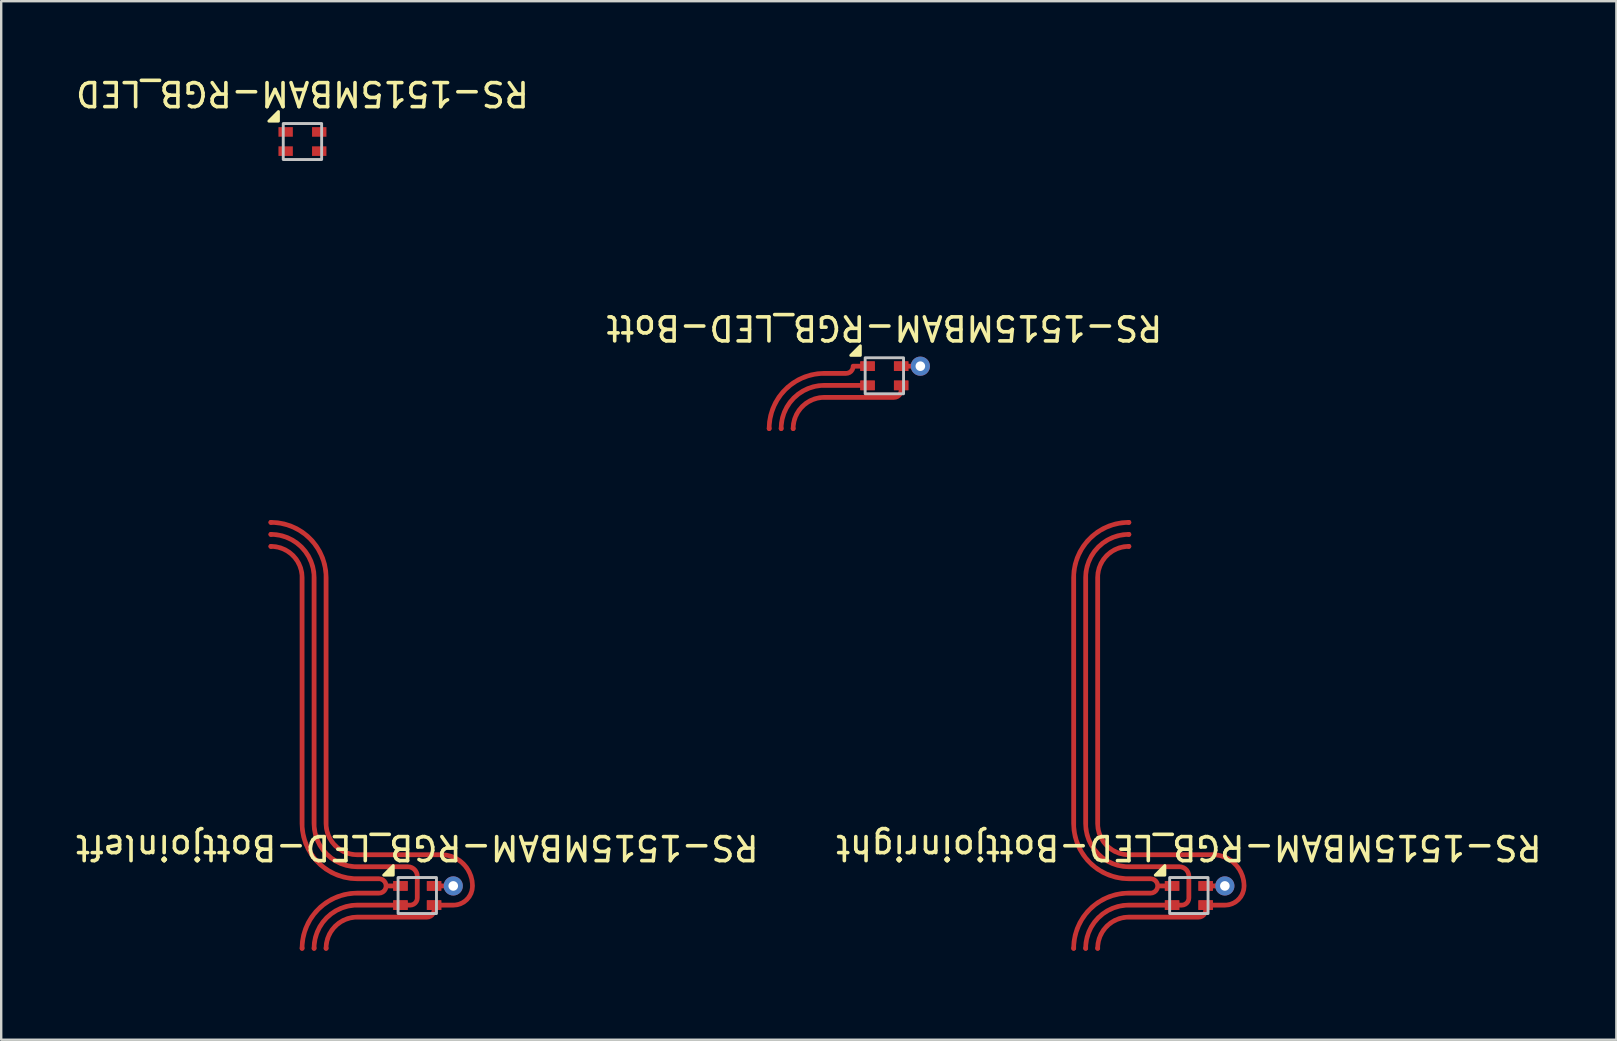
<source format=kicad_pcb>
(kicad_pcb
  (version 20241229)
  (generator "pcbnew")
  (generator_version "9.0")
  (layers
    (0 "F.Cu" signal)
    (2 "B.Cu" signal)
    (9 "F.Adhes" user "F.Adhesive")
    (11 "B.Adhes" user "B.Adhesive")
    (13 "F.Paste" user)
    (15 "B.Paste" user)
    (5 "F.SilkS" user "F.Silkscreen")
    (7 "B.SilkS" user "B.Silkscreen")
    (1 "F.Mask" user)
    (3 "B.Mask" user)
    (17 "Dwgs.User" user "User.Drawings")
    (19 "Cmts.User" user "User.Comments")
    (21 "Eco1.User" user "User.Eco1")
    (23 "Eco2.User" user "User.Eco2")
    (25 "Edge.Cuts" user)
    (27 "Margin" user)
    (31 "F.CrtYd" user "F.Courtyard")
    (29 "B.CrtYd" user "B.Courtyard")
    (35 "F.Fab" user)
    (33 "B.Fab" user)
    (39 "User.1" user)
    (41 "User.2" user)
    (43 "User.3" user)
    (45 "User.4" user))
  (footprint "RS-1515MBAM-RGB_LED-Bottjoinright"
    (layer "F.Cu")
    (at 46.494 34.27)
    (property "Reference" "RS-1515MBAM-RGB_LED-Bottjoinright" (at 0 -2 180) (unlocked yes) (layer "F.SilkS") (effects (font (size 1 1) (thickness 0.15))))
    (attr smd)
    (fp_poly (pts (xy -1 -0.85) (xy -1.4 -0.85) (xy -1 -1.25)) (stroke (width 0.12) (type solid)) (fill yes) (layer "F.SilkS"))
    (fp_rect (start -0.8 -0.75) (end 0.8 0.75) (stroke (width 0.12) (type solid)) (fill no) (layer "Dwgs.User"))
    (fp_line (start -2 -12.55) (end 2 -12.55) (stroke (width 0.12) (type solid)) (layer "User.4"))
    (fp_line (start -2 -11.05) (end 2 -11.05) (stroke (width 0.12) (type solid)) (layer "User.4"))
    (fp_line (start -2 1.45) (end 2 1.45) (stroke (width 0.12) (type solid)) (layer "User.4"))
    (fp_line (start -2 2.95) (end 2 2.95) (stroke (width 0.12) (type solid)) (layer "User.4"))
    (fp_arc (start -2 -11.05) (mid -2.75 -11.8) (end -2 -12.55) (stroke (width 0.12) (type solid)) (layer "User.4"))
    (fp_arc (start -2 2.95) (mid -2.75 2.2) (end -2 1.45) (stroke (width 0.12) (type solid)) (layer "User.4"))
    (fp_arc (start 2 -12.55) (mid 2.75 -11.8) (end 2 -11.05) (stroke (width 0.12) (type solid)) (layer "User.4"))
    (fp_arc (start 2 1.45) (mid 2.75 2.2) (end 2 2.95) (stroke (width 0.12) (type solid)) (layer "User.4"))
    (fp_circle (center 0 -4.8) (end 1.65 -4.8) (stroke (width 0.12) (type solid)) (fill no) (layer "User.4"))
    (pad "1" smd circle (at -4.8 2.2) (size 0.2 0.2) (layers "F.Cu"))
    (pad "1" smd circle (at -2.5 -15.55) (size 0.2 0.2) (layers "F.Cu"))
    (pad "1" smd rect (at -0.7 -0.4) (size 0.6 0.4) (layers "F.Cu" "F.Mask" "F.Paste"))
    (pad "1" smd custom (at -0.7 -0.4) (size 0.6 0.4) (layers "F.Cu") (options (anchor rect)) (primitives (gr_line (start 0 0) (end -0.6 0) (width 0.2)) (gr_arc (start -0.9 -0.3) (mid -0.6 0) (end -0.9 0.3) (width 0.2)) (gr_line (start -0.9 -0.3) (end -1.8 -0.3) (width 0.2)) (gr_arc (start -1.8 -0.3) (mid -3.424925 -0.972235) (end -4.099996 -2.595984) (width 0.2)) (gr_line (start -4.1 -2.6) (end -4.1 -12.85) (width 0.2)) (gr_line (start -0.9 0.3) (end -1.8 0.3) (width 0.2)) (gr_arc (start -4.1 2.6) (mid -3.426347 0.973655) (end -1.800002 0.3) (width 0.2)) (gr_arc (start -4.1 -12.850001) (mid -3.426346 -14.476346) (end -1.8 -15.150001) (width 0.2))))
    (pad "2" smd rect (at 0.7 -0.4) (size 0.6 0.4) (layers "F.Cu" "F.Mask" "F.Paste"))
    (pad "2" smd custom (at 0.7 -0.4) (size 0.6 0.4) (layers "F.Cu") (options (anchor rect)) (primitives (gr_line (start 0 0) (end 0.8 0) (width 0.2))))
    (pad "2" thru_hole circle (at 1.5 -0.4) (size 0.8 0.8) (drill 0.4) (layers "*.Cu"))
    (pad "3" smd circle (at -3.8 2.2) (size 0.2 0.2) (layers "F.Cu"))
    (pad "3" smd circle (at -2.5 -14.55) (size 0.2 0.2) (layers "F.Cu"))
    (pad "3" smd rect (at 0.7 0.4) (size 0.6 0.4) (layers "F.Cu" "F.Mask" "F.Paste"))
    (pad "3" smd custom (at 0.7 0.4) (size 0.6 0.4) (layers "F.Cu") (options (anchor rect)) (primitives (gr_line (start 0.8 0) (end 0 0) (width 0.2)) (gr_arc (start 1.6 -0.8) (mid 1.366178 -0.234808) (end 0.801394 -0.000001) (width 0.2)) (gr_arc (start 0.3 -2.1) (mid 1.219238 -1.71924) (end 1.6 -0.800002) (width 0.2)) (gr_line (start -3.2 -2.1) (end 0.3 -2.1) (width 0.2)) (gr_arc (start -3.2 -2.1) (mid -4.118436 -2.479958) (end -4.499998 -3.397729) (width 0.2)) (gr_line (start -4.5 -3.4) (end -4.5 -13.65) (width 0.2)) (gr_line (start 0 0.2) (end 0 0) (width 0.2)) (gr_arc (start 0 0.2) (mid -0.087868 0.412132) (end -0.3 0.5) (width 0.2)) (gr_line (start -0.3 0.5) (end -3.2 0.5) (width 0.2)) (gr_arc (start -4.5 1.8) (mid -4.11924 0.880762) (end -3.200002 0.5) (width 0.2)) (gr_arc (start -4.5 -13.650003) (mid -4.119239 -14.569241) (end -3.2 -14.950003) (width 0.2))))
    (pad "4" smd circle (at -4.3 2.2) (size 0.2 0.2) (layers "F.Cu"))
    (pad "4" smd circle (at -2.5 -15.05) (size 0.2 0.2) (layers "F.Cu"))
    (pad "4" smd rect (at -0.7 0.4) (size 0.6 0.4) (layers "F.Cu" "F.Mask" "F.Paste"))
    (pad "4" smd custom (at -0.7 0.4) (size 0.6 0.4) (layers "F.Cu") (options (anchor rect)) (primitives (gr_line (start 0 0) (end 0.4 0) (width 0.2)) (gr_arc (start 0.7 -0.3) (mid 0.612132 -0.087868) (end 0.4 0) (width 0.2)) (gr_line (start 0.7 -0.3) (end 0.7 -1.2) (width 0.2)) (gr_arc (start 0.3 -1.6) (mid 0.582842 -1.482844) (end 0.7 -1.200002) (width 0.2)) (gr_line (start 0.3 -1.6) (end -1.8 -1.6) (width 0.2)) (gr_arc (start -1.8 -1.6) (mid -3.071681 -2.126098) (end -3.599996 -3.396859) (width 0.2)) (gr_line (start -3.6 -3.4) (end -3.6 -13.65) (width 0.2)) (gr_line (start 0 0) (end -1.8 0) (width 0.2)) (gr_arc (start -3.6 1.8) (mid -3.073902 0.528319) (end -1.803141 0.000004) (width 0.2)) (gr_arc (start -3.6 -13.65) (mid -3.072332 -14.922332) (end -1.8 -15.45) (width 0.2)))))
  (footprint "RS-1515MBAM-RGB_LED-Bott"
    (layer "F.Cu")
    (at 33.804 12.61)
    (property "Reference" "RS-1515MBAM-RGB_LED-Bott" (at 0 -2 180) (unlocked yes) (layer "F.SilkS") (effects (font (size 1 1) (thickness 0.15))))
    (attr smd)
    (fp_poly (pts (xy -1 -0.85) (xy -1.4 -0.85) (xy -1 -1.25)) (stroke (width 0.12) (type solid)) (fill yes) (layer "F.SilkS"))
    (fp_rect (start -0.8 -0.75) (end 0.8 0.75) (stroke (width 0.12) (type solid)) (fill no) (layer "Dwgs.User"))
    (fp_line (start -2 -12.55) (end 2 -12.55) (stroke (width 0.12) (type solid)) (layer "User.4"))
    (fp_line (start -2 -11.05) (end 2 -11.05) (stroke (width 0.12) (type solid)) (layer "User.4"))
    (fp_line (start -2 1.45) (end 2 1.45) (stroke (width 0.12) (type solid)) (layer "User.4"))
    (fp_line (start -2 2.95) (end 2 2.95) (stroke (width 0.12) (type solid)) (layer "User.4"))
    (fp_arc (start -2 -11.05) (mid -2.75 -11.8) (end -2 -12.55) (stroke (width 0.12) (type solid)) (layer "User.4"))
    (fp_arc (start -2 2.95) (mid -2.75 2.2) (end -2 1.45) (stroke (width 0.12) (type solid)) (layer "User.4"))
    (fp_arc (start 2 -12.55) (mid 2.75 -11.8) (end 2 -11.05) (stroke (width 0.12) (type solid)) (layer "User.4"))
    (fp_arc (start 2 1.45) (mid 2.75 2.2) (end 2 2.95) (stroke (width 0.12) (type solid)) (layer "User.4"))
    (fp_circle (center 0 -4.8) (end 1.65 -4.8) (stroke (width 0.12) (type solid)) (fill no) (layer "User.4"))
    (pad "1" smd circle (at -4.8 2.2) (size 0.2 0.2) (layers "F.Cu"))
    (pad "1" smd rect (at -0.7 -0.4) (size 0.6 0.4) (layers "F.Cu" "F.Mask" "F.Paste"))
    (pad "1" smd custom (at -0.7 -0.4) (size 0.6 0.4) (layers "F.Cu") (options (anchor rect)) (primitives (gr_line (start 0 0) (end -0.6 0) (width 0.2)) (gr_arc (start -0.6 0) (mid -0.687868 0.212132) (end -0.9 0.3) (width 0.2)) (gr_line (start -0.9 0.3) (end -1.8 0.3) (width 0.2)) (gr_arc (start -4.1 2.6) (mid -3.426347 0.973655) (end -1.800002 0.3) (width 0.2))))
    (pad "2" smd rect (at 0.7 -0.4) (size 0.6 0.4) (layers "F.Cu" "F.Mask" "F.Paste"))
    (pad "2" smd custom (at 0.7 -0.4) (size 0.6 0.4) (layers "F.Cu") (options (anchor rect)) (primitives (gr_line (start 0 0) (end 0.8 0) (width 0.2))))
    (pad "2" thru_hole circle (at 1.5 -0.4) (size 0.8 0.8) (drill 0.4) (layers "*.Cu"))
    (pad "3" smd circle (at -3.8 2.2) (size 0.2 0.2) (layers "F.Cu"))
    (pad "3" smd rect (at 0.7 0.4) (size 0.6 0.4) (layers "F.Cu" "F.Mask" "F.Paste"))
    (pad "3" smd custom (at 0.7 0.4) (size 0.6 0.4) (layers "F.Cu") (options (anchor rect)) (primitives (gr_arc (start 0 0.2) (mid -0.087868 0.412132) (end -0.3 0.5) (width 0.2)) (gr_line (start -0.3 0.5) (end -3.2 0.5) (width 0.2)) (gr_arc (start -4.5 1.8) (mid -4.11924 0.880762) (end -3.200002 0.5) (width 0.2)) (gr_line (start 0 0.2) (end 0 0) (width 0.2))))
    (pad "4" smd circle (at -4.3 2.2) (size 0.2 0.2) (layers "F.Cu"))
    (pad "4" smd rect (at -0.7 0.4) (size 0.6 0.4) (layers "F.Cu" "F.Mask" "F.Paste"))
    (pad "4" smd custom (at -0.7 0.4) (size 0.6 0.4) (layers "F.Cu") (options (anchor rect)) (primitives (gr_line (start 0 0) (end -1.8 0) (width 0.2)) (gr_arc (start -3.6 1.8) (mid -3.073902 0.528319) (end -1.803141 0.000004) (width 0.2)))))
  (footprint "RS-1515MBAM-RGB_LED-Bottjoinleft"
    (layer "F.Cu")
    (at 14.339 34.27)
    (property "Reference" "RS-1515MBAM-RGB_LED-Bottjoinleft" (at 0 -2 180) (unlocked yes) (layer "F.SilkS") (effects (font (size 1 1) (thickness 0.15))))
    (attr smd)
    (fp_poly (pts (xy -1 -0.85) (xy -1.4 -0.85) (xy -1 -1.25)) (stroke (width 0.12) (type solid)) (fill yes) (layer "F.SilkS"))
    (fp_rect (start -0.8 -0.75) (end 0.8 0.75) (stroke (width 0.12) (type solid)) (fill no) (layer "Dwgs.User"))
    (fp_line (start -2 -12.55) (end 2 -12.55) (stroke (width 0.12) (type solid)) (layer "User.4"))
    (fp_line (start -2 -11.05) (end 2 -11.05) (stroke (width 0.12) (type solid)) (layer "User.4"))
    (fp_line (start -2 1.45) (end 2 1.45) (stroke (width 0.12) (type solid)) (layer "User.4"))
    (fp_line (start -2 2.95) (end 2 2.95) (stroke (width 0.12) (type solid)) (layer "User.4"))
    (fp_arc (start -2 -11.05) (mid -2.75 -11.8) (end -2 -12.55) (stroke (width 0.12) (type solid)) (layer "User.4"))
    (fp_arc (start -2 2.95) (mid -2.75 2.2) (end -2 1.45) (stroke (width 0.12) (type solid)) (layer "User.4"))
    (fp_arc (start 2 -12.55) (mid 2.75 -11.8) (end 2 -11.05) (stroke (width 0.12) (type solid)) (layer "User.4"))
    (fp_arc (start 2 1.45) (mid 2.75 2.2) (end 2 2.95) (stroke (width 0.12) (type solid)) (layer "User.4"))
    (fp_circle (center 0 -4.8) (end 1.65 -4.8) (stroke (width 0.12) (type solid)) (fill no) (layer "User.4"))
    (pad "1" smd circle (at -6.1 -14.55) (size 0.2 0.2) (layers "F.Cu"))
    (pad "1" smd circle (at -4.8 2.2) (size 0.2 0.2) (layers "F.Cu"))
    (pad "1" smd rect (at -0.7 -0.4) (size 0.6 0.4) (layers "F.Cu" "F.Mask" "F.Paste"))
    (pad "1" smd custom (at -0.7 -0.4) (size 0.6 0.4) (layers "F.Cu") (options (anchor rect)) (primitives (gr_line (start 0 0) (end -0.6 0) (width 0.2)) (gr_arc (start -0.9 -0.3) (mid -0.6 0) (end -0.9 0.3) (width 0.2)) (gr_line (start -0.9 -0.3) (end -1.8 -0.3) (width 0.2)) (gr_arc (start -1.8 -0.3) (mid -3.424925 -0.972235) (end -4.099996 -2.595984) (width 0.2)) (gr_line (start -4.1 -2.6) (end -4.1 -12.85) (width 0.2)) (gr_arc (start -5.4 -14.15) (mid -4.480762 -13.769239) (end -4.1 -12.85) (width 0.2)) (gr_line (start -0.9 0.3) (end -1.8 0.3) (width 0.2)) (gr_arc (start -4.1 2.6) (mid -3.426347 0.973655) (end -1.800002 0.3) (width 0.2))))
    (pad "2" smd rect (at 0.7 -0.4) (size 0.6 0.4) (layers "F.Cu" "F.Mask" "F.Paste"))
    (pad "2" smd custom (at 0.7 -0.4) (size 0.6 0.4) (layers "F.Cu") (options (anchor rect)) (primitives (gr_line (start 0 0) (end 0.8 0) (width 0.2))))
    (pad "2" thru_hole circle (at 1.5 -0.4) (size 0.8 0.8) (drill 0.4) (layers "*.Cu"))
    (pad "3" smd circle (at -6.1 -15.55) (size 0.2 0.2) (layers "F.Cu"))
    (pad "3" smd circle (at -3.8 2.2) (size 0.2 0.2) (layers "F.Cu"))
    (pad "3" smd rect (at 0.7 0.4) (size 0.6 0.4) (layers "F.Cu" "F.Mask" "F.Paste"))
    (pad "3" smd custom (at 0.7 0.4) (size 0.6 0.4) (layers "F.Cu") (options (anchor rect)) (primitives (gr_line (start 0.8 0) (end 0 0) (width 0.2)) (gr_arc (start 1.6 -0.8) (mid 1.366178 -0.234808) (end 0.801394 -0.000001) (width 0.2)) (gr_arc (start 0.3 -2.1) (mid 1.219238 -1.71924) (end 1.6 -0.800002) (width 0.2)) (gr_line (start -3.2 -2.1) (end 0.3 -2.1) (width 0.2)) (gr_arc (start -3.2 -2.1) (mid -4.118436 -2.479958) (end -4.499998 -3.397729) (width 0.2)) (gr_line (start -4.5 -3.4) (end -4.5 -13.65) (width 0.2)) (gr_arc (start -6.8 -15.95) (mid -5.173655 -15.276346) (end -4.5 -13.65) (width 0.2)) (gr_line (start 0 0.2) (end 0 0) (width 0.2)) (gr_arc (start 0 0.2) (mid -0.087868 0.412132) (end -0.3 0.5) (width 0.2)) (gr_line (start -0.3 0.5) (end -3.2 0.5) (width 0.2)) (gr_arc (start -4.5 1.8) (mid -4.11924 0.880762) (end -3.200002 0.5) (width 0.2))))
    (pad "4" smd circle (at -6.1 -15.05) (size 0.2 0.2) (layers "F.Cu"))
    (pad "4" smd circle (at -4.3 2.2) (size 0.2 0.2) (layers "F.Cu"))
    (pad "4" smd rect (at -0.7 0.4) (size 0.6 0.4) (layers "F.Cu" "F.Mask" "F.Paste"))
    (pad "4" smd custom (at -0.7 0.4) (size 0.6 0.4) (layers "F.Cu") (options (anchor rect)) (primitives (gr_line (start 0 0) (end 0.4 0) (width 0.2)) (gr_arc (start 0.7 -0.3) (mid 0.612132 -0.087868) (end 0.4 0) (width 0.2)) (gr_line (start 0.7 -0.3) (end 0.7 -1.2) (width 0.2)) (gr_arc (start 0.3 -1.6) (mid 0.582842 -1.482844) (end 0.7 -1.200002) (width 0.2)) (gr_line (start 0.3 -1.6) (end -1.8 -1.6) (width 0.2)) (gr_arc (start -1.8 -1.6) (mid -3.071681 -2.126098) (end -3.599996 -3.396859) (width 0.2)) (gr_line (start -3.6 -3.4) (end -3.6 -13.65) (width 0.2)) (gr_arc (start -5.4 -15.45) (mid -4.127668 -14.922332) (end -3.6 -13.65) (width 0.2)) (gr_line (start 0 0) (end -1.8 0) (width 0.2)) (gr_arc (start -3.6 1.8) (mid -3.073902 0.528319) (end -1.803141 0.000004) (width 0.2)))))
  (footprint "RS-1515MBAM-RGB_LED"
    (layer "F.Cu")
    (at 9.554 2.848)
    (property "Reference" "RS-1515MBAM-RGB_LED" (at 0 -2 180) (unlocked yes) (layer "F.SilkS") (effects (font (size 1 1) (thickness 0.15))))
    (attr smd)
    (fp_poly (pts (xy -1 -0.85) (xy -1.4 -0.85) (xy -1 -1.25)) (stroke (width 0.12) (type solid)) (fill yes) (layer "F.SilkS"))
    (fp_rect (start -0.8 -0.75) (end 0.8 0.75) (stroke (width 0.12) (type solid)) (fill no) (layer "Dwgs.User"))
    (pad "1" smd rect (at -0.7 -0.4) (size 0.6 0.4) (layers "F.Cu" "F.Mask" "F.Paste"))
    (pad "2" smd rect (at 0.7 -0.4) (size 0.6 0.4) (layers "F.Cu" "F.Mask" "F.Paste"))
    (pad "3" smd rect (at 0.7 0.4) (size 0.6 0.4) (layers "F.Cu" "F.Mask" "F.Paste"))
    (pad "4" smd rect (at -0.7 0.4) (size 0.6 0.4) (layers "F.Cu" "F.Mask" "F.Paste")))
  (gr_rect
    (start -3 -3)
    (end 64.31 40.28)
    (stroke (width 0.1) (type default))
    (fill no)
    (layer "Edge.Cuts")))
</source>
